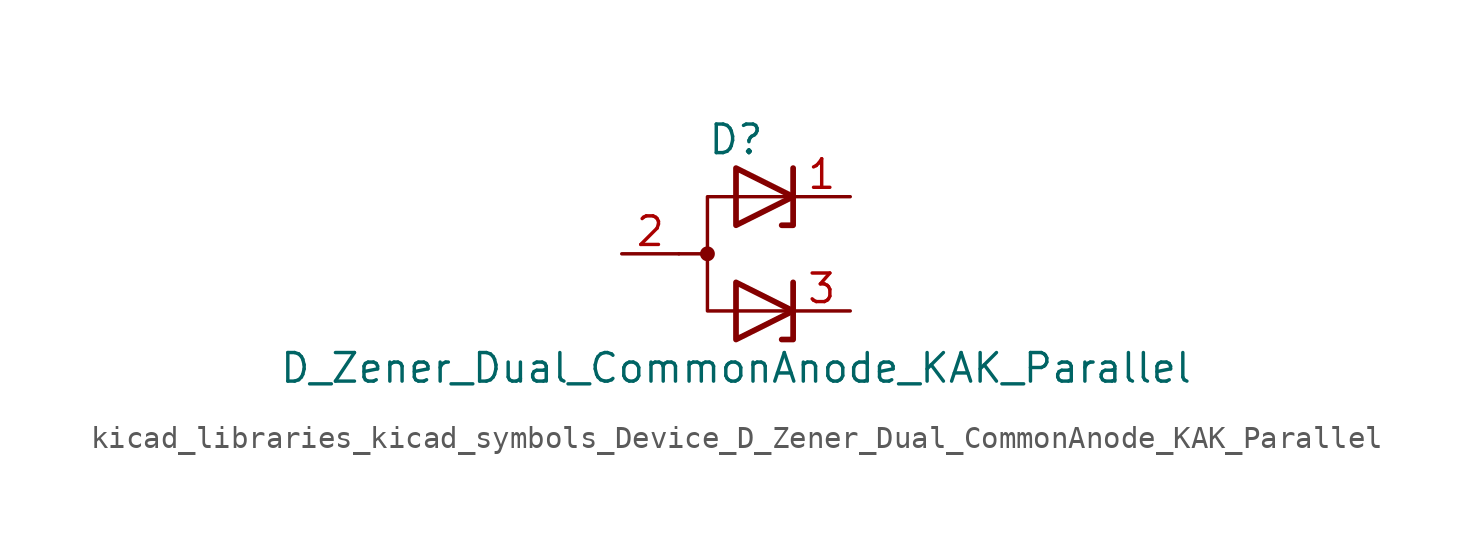
<source format=kicad_sym>
(kicad_symbol_lib
  (version 20220914)
  (generator kicad_symbol_editor)
  (symbol "kicad_libraries_kicad_symbols_Device_D_Zener_Dual_CommonAnode_KAK_Parallel"
    (pin_names
      (offset 0.762) hide)
    (property "Reference" "D"
      (at 0 5.08 0)
      (effects (font (size 1.27 1.27))))
    (property "Value" "D_Zener_Dual_CommonAnode_KAK_Parallel"
      (at 0 -5.08 0)
      (effects (font (size 1.27 1.27))))
    (symbol "kicad_libraries_kicad_symbols_Device_D_Zener_Dual_CommonAnode_KAK_Parallel_0_0"
      (polyline (pts (xy 2.032 1.27) (xy 2.54 1.27) (xy 2.54 3.81)) (stroke (width 0.254) (type default)) (fill (type none)))
      (polyline (pts (xy 2.54 -1.27) (xy 2.54 -3.81) (xy 2.032 -3.81)) (stroke (width 0.254) (type default)) (fill (type none))))
    (symbol "kicad_libraries_kicad_symbols_Device_D_Zener_Dual_CommonAnode_KAK_Parallel_0_1"
      (circle (center -1.27 0) (radius 0.254) (stroke (width 0) (type default)) (fill (type outline)))
      (polyline (pts (xy -1.27 0) (xy -2.54 0)) (stroke (width 0) (type default)) (fill (type none)))
      (polyline (pts (xy 2.54 2.54) (xy -1.27 2.54) (xy -1.27 -2.54) (xy 2.54 -2.54)) (stroke (width 0) (type default)) (fill (type none)))
      (polyline (pts (xy 0 -1.27) (xy 2.54 -2.54) (xy 0 -3.81) (xy 0 -1.27) (xy 0 -1.27) (xy 0 -1.27)) (stroke (width 0.254) (type default)) (fill (type none)))
      (polyline (pts (xy 0 3.81) (xy 2.54 2.54) (xy 0 1.27) (xy 0 3.81) (xy 0 3.81) (xy 0 3.81)) (stroke (width 0.254) (type default)) (fill (type none)))
      (pin passive line (at 5.08 2.54 180) (length 2.54) (name "K" (effects (font (size 1.27 1.27)))) (number "1" (effects (font (size 1.27 1.27)))))
      (pin passive line (at -5.08 0 0) (length 2.54) (name "A" (effects (font (size 1.27 1.27)))) (number "2" (effects (font (size 1.27 1.27)))))
      (pin passive line (at 5.08 -2.54 180) (length 2.54) (name "K" (effects (font (size 1.27 1.27)))) (number "3" (effects (font (size 1.27 1.27))))))))
</source>
